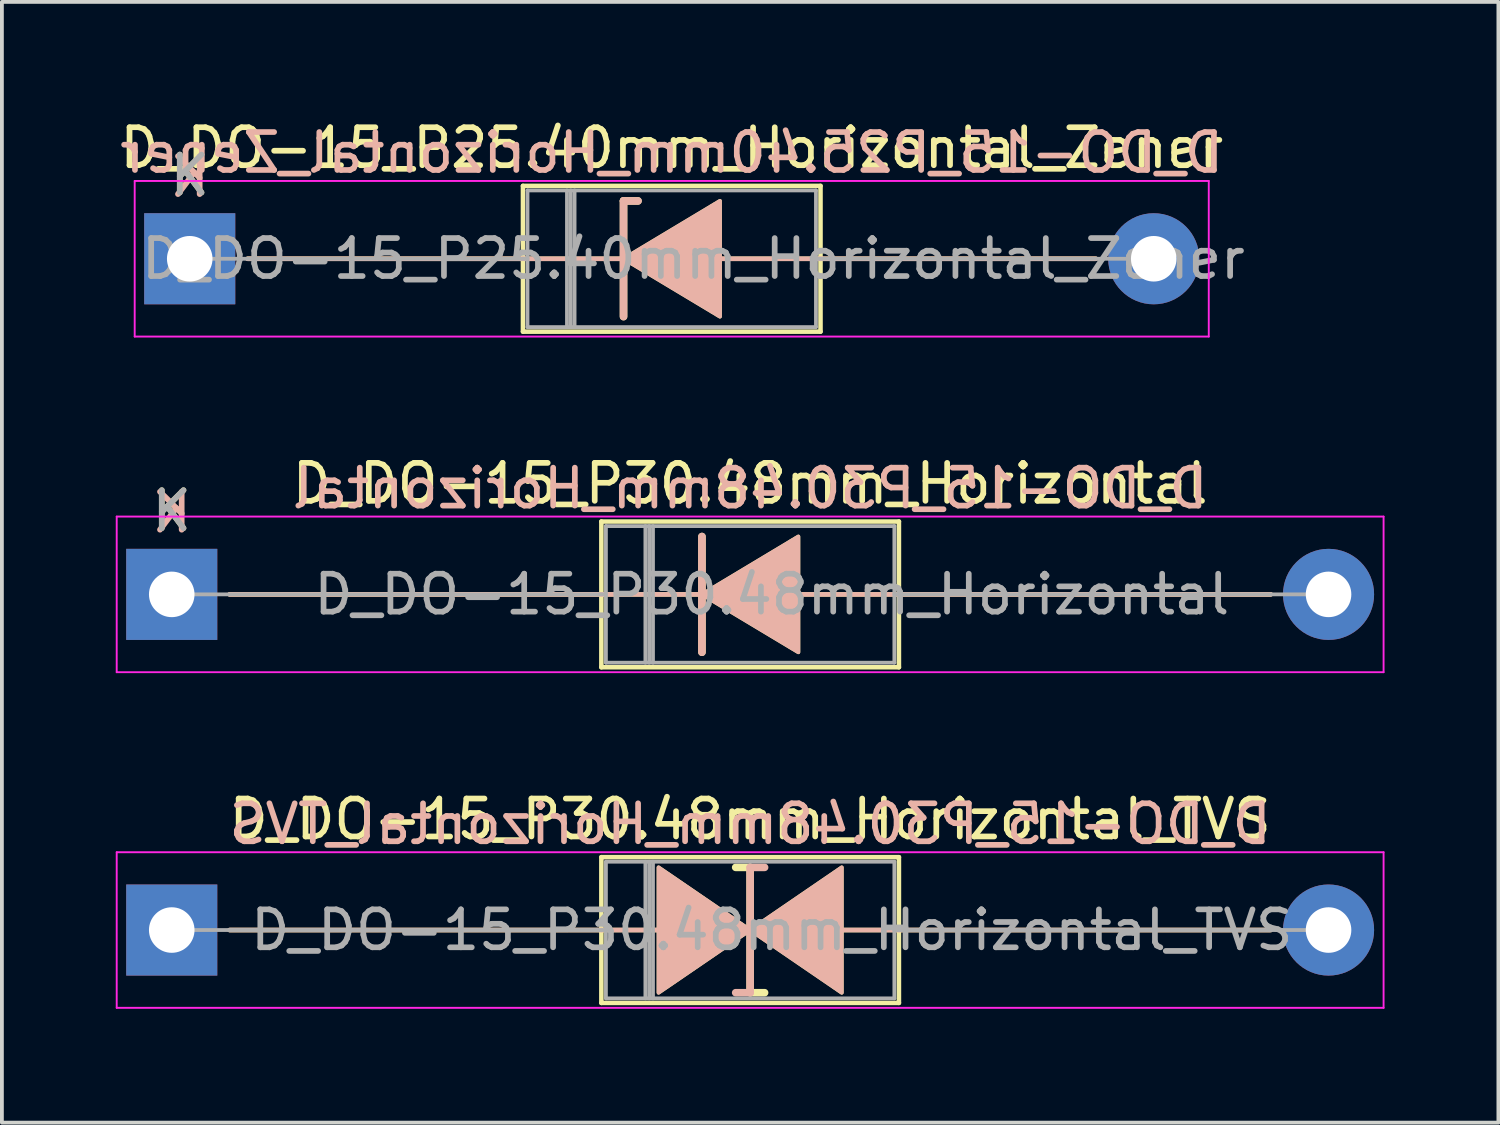
<source format=kicad_pcb>
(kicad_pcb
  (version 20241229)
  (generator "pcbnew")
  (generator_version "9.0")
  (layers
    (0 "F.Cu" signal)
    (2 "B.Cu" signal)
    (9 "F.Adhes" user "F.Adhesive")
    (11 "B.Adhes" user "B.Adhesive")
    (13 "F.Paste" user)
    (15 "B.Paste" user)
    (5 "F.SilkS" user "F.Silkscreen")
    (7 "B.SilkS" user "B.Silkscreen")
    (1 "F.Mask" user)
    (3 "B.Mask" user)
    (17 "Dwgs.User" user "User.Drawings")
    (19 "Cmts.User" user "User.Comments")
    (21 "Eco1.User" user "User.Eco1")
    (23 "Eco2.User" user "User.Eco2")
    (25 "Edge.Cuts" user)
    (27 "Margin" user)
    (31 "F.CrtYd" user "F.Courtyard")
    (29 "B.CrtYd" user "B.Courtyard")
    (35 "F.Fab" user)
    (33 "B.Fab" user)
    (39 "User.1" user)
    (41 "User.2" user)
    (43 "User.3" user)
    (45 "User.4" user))
  (footprint "D_DO-15_P30.48mm_Horizontal_TVS"
    (layer "F.Cu")
    (at 1.475 21.455)
    (property "Reference" "D_DO-15_P30.48mm_Horizontal_TVS" (at 15.24 -2.92 0) (layer "F.SilkS") (effects (font (size 1 1) (thickness 0.15))))
    (fp_line (start 1.524 0) (end 11.32 0) (stroke (width 0.12) (type solid)) (layer "F.SilkS"))
    (fp_line (start 11.32 -1.92) (end 11.32 1.92) (stroke (width 0.12) (type solid)) (layer "F.SilkS"))
    (fp_line (start 11.32 0) (end 12.827 0) (stroke (width 0.12) (type solid)) (layer "F.SilkS"))
    (fp_line (start 11.32 1.92) (end 19.16 1.92) (stroke (width 0.12) (type solid)) (layer "F.SilkS"))
    (fp_line (start 15.24 -1.651) (end 14.859 -1.651) (stroke (width 0.2) (type solid)) (layer "F.SilkS"))
    (fp_line (start 15.24 1.651) (end 15.24 -1.651) (stroke (width 0.2) (type solid)) (layer "F.SilkS"))
    (fp_line (start 15.621 1.651) (end 15.24 1.651) (stroke (width 0.2) (type solid)) (layer "F.SilkS"))
    (fp_line (start 19.16 -1.92) (end 11.32 -1.92) (stroke (width 0.12) (type solid)) (layer "F.SilkS"))
    (fp_line (start 19.16 1.92) (end 19.16 -1.92) (stroke (width 0.12) (type solid)) (layer "F.SilkS"))
    (fp_line (start 19.177 0) (end 17.653 0) (stroke (width 0.12) (type solid)) (layer "F.SilkS"))
    (fp_line (start 28.956 0) (end 19.16 0) (stroke (width 0.12) (type solid)) (layer "F.SilkS"))
    (fp_poly (pts (xy 15.24 0) (xy 12.827 1.651) (xy 12.827 -1.651)) (stroke (width 0.1) (type solid)) (fill yes) (layer "F.SilkS"))
    (fp_poly (pts (xy 15.24 0) (xy 17.653 -1.651) (xy 17.653 1.651)) (stroke (width 0.1) (type solid)) (fill yes) (layer "F.SilkS"))
    (fp_line (start 1.524 0) (end 11.32 0) (stroke (width 0.12) (type solid)) (layer "B.SilkS"))
    (fp_line (start 11.32 0) (end 12.827 0) (stroke (width 0.12) (type solid)) (layer "B.SilkS"))
    (fp_line (start 15.24 -1.651) (end 15.24 1.651) (stroke (width 0.2) (type solid)) (layer "B.SilkS"))
    (fp_line (start 15.24 1.651) (end 14.859 1.651) (stroke (width 0.2) (type solid)) (layer "B.SilkS"))
    (fp_line (start 15.621 -1.651) (end 15.24 -1.651) (stroke (width 0.2) (type solid)) (layer "B.SilkS"))
    (fp_line (start 19.177 0) (end 17.653 0) (stroke (width 0.12) (type solid)) (layer "B.SilkS"))
    (fp_line (start 28.956 0) (end 19.16 0) (stroke (width 0.12) (type solid)) (layer "B.SilkS"))
    (fp_poly (pts (xy 15.24 0) (xy 12.827 -1.651) (xy 12.827 1.651)) (stroke (width 0.1) (type solid)) (fill yes) (layer "B.SilkS"))
    (fp_poly (pts (xy 15.24 0) (xy 17.653 1.651) (xy 17.653 -1.651)) (stroke (width 0.1) (type solid)) (fill yes) (layer "B.SilkS"))
    (fp_line (start -1.45 -2.05) (end -1.45 2.05) (stroke (width 0.05) (type solid)) (layer "F.CrtYd"))
    (fp_line (start -1.45 2.05) (end 31.93 2.05) (stroke (width 0.05) (type solid)) (layer "F.CrtYd"))
    (fp_line (start 31.93 -2.05) (end -1.45 -2.05) (stroke (width 0.05) (type solid)) (layer "F.CrtYd"))
    (fp_line (start 31.93 2.05) (end 31.93 -2.05) (stroke (width 0.05) (type solid)) (layer "F.CrtYd"))
    (fp_line (start 0 0) (end 11.44 0) (stroke (width 0.1) (type solid)) (layer "F.Fab"))
    (fp_line (start 11.44 -1.8) (end 11.44 1.8) (stroke (width 0.1) (type solid)) (layer "F.Fab"))
    (fp_line (start 11.44 1.8) (end 19.04 1.8) (stroke (width 0.1) (type solid)) (layer "F.Fab"))
    (fp_line (start 12.48 -1.8) (end 12.48 1.8) (stroke (width 0.1) (type solid)) (layer "F.Fab"))
    (fp_line (start 12.58 -1.8) (end 12.58 1.8) (stroke (width 0.1) (type solid)) (layer "F.Fab"))
    (fp_line (start 12.68 -1.8) (end 12.68 1.8) (stroke (width 0.1) (type solid)) (layer "F.Fab"))
    (fp_line (start 19.04 -1.8) (end 11.44 -1.8) (stroke (width 0.1) (type solid)) (layer "F.Fab"))
    (fp_line (start 19.04 1.8) (end 19.04 -1.8) (stroke (width 0.1) (type solid)) (layer "F.Fab"))
    (fp_line (start 30.48 0) (end 19.04 0) (stroke (width 0.1) (type solid)) (layer "F.Fab"))
    (fp_text user "${REFERENCE}" (at 15.24 -2.794 0) (layer "B.SilkS") (effects (font (size 1 1) (thickness 0.15)) (justify mirror)))
    (fp_text user "${REFERENCE}" (at 15.81 0 0) (layer "F.Fab") (effects (font (size 1 1) (thickness 0.15))))
    (pad "1" thru_hole rect (at 0 0) (size 2.4 2.4) (drill 1.2) (layers "*.Cu" "*.Mask"))
    (pad "2" thru_hole oval (at 30.48 0) (size 2.4 2.4) (drill 1.2) (layers "*.Cu" "*.Mask")))
  (footprint "D_DO-15_P30.48mm_Horizontal"
    (layer "F.Cu")
    (at 1.475 12.611)
    (property "Reference" "D_DO-15_P30.48mm_Horizontal" (at 15.24 -2.92 0) (layer "F.SilkS") (effects (font (size 1 1) (thickness 0.15))))
    (fp_line (start 1.524 0) (end 11.32 0) (stroke (width 0.12) (type solid)) (layer "F.SilkS"))
    (fp_line (start 11.32 -1.92) (end 11.32 1.92) (stroke (width 0.12) (type solid)) (layer "F.SilkS"))
    (fp_line (start 11.32 1.92) (end 19.16 1.92) (stroke (width 0.12) (type solid)) (layer "F.SilkS"))
    (fp_line (start 13.97 -1.524) (end 13.97 1.524) (stroke (width 0.2) (type solid)) (layer "F.SilkS"))
    (fp_line (start 13.97 0) (end 11.32 0) (stroke (width 0.12) (type solid)) (layer "F.SilkS"))
    (fp_line (start 19.16 -1.92) (end 11.32 -1.92) (stroke (width 0.12) (type solid)) (layer "F.SilkS"))
    (fp_line (start 19.16 0) (end 16.51 0) (stroke (width 0.12) (type solid)) (layer "F.SilkS"))
    (fp_line (start 19.16 1.92) (end 19.16 -1.92) (stroke (width 0.12) (type solid)) (layer "F.SilkS"))
    (fp_line (start 28.956 0) (end 19.16 0) (stroke (width 0.12) (type solid)) (layer "F.SilkS"))
    (fp_poly (pts (xy 16.51 1.524) (xy 13.97 0) (xy 16.51 -1.524)) (stroke (width 0.1) (type solid)) (fill yes) (layer "F.SilkS"))
    (fp_line (start 1.524 0) (end 11.32 0) (stroke (width 0.12) (type solid)) (layer "B.SilkS"))
    (fp_line (start 13.97 0) (end 11.32 0) (stroke (width 0.12) (type solid)) (layer "B.SilkS"))
    (fp_line (start 13.97 1.524) (end 13.97 -1.524) (stroke (width 0.2) (type solid)) (layer "B.SilkS"))
    (fp_line (start 19.16 0) (end 16.51 0) (stroke (width 0.12) (type solid)) (layer "B.SilkS"))
    (fp_line (start 28.956 0) (end 19.16 0) (stroke (width 0.12) (type solid)) (layer "B.SilkS"))
    (fp_poly (pts (xy 16.51 -1.524) (xy 13.97 0) (xy 16.51 1.524)) (stroke (width 0.1) (type solid)) (fill yes) (layer "B.SilkS"))
    (fp_line (start -1.45 -2.05) (end -1.45 2.05) (stroke (width 0.05) (type solid)) (layer "F.CrtYd"))
    (fp_line (start -1.45 2.05) (end 31.93 2.05) (stroke (width 0.05) (type solid)) (layer "F.CrtYd"))
    (fp_line (start 31.93 -2.05) (end -1.45 -2.05) (stroke (width 0.05) (type solid)) (layer "F.CrtYd"))
    (fp_line (start 31.93 2.05) (end 31.93 -2.05) (stroke (width 0.05) (type solid)) (layer "F.CrtYd"))
    (fp_line (start 0 0) (end 11.44 0) (stroke (width 0.1) (type solid)) (layer "F.Fab"))
    (fp_line (start 11.44 -1.8) (end 11.44 1.8) (stroke (width 0.1) (type solid)) (layer "F.Fab"))
    (fp_line (start 11.44 1.8) (end 19.04 1.8) (stroke (width 0.1) (type solid)) (layer "F.Fab"))
    (fp_line (start 12.48 -1.8) (end 12.48 1.8) (stroke (width 0.1) (type solid)) (layer "F.Fab"))
    (fp_line (start 12.58 -1.8) (end 12.58 1.8) (stroke (width 0.1) (type solid)) (layer "F.Fab"))
    (fp_line (start 12.68 -1.8) (end 12.68 1.8) (stroke (width 0.1) (type solid)) (layer "F.Fab"))
    (fp_line (start 19.04 -1.8) (end 11.44 -1.8) (stroke (width 0.1) (type solid)) (layer "F.Fab"))
    (fp_line (start 19.04 1.8) (end 19.04 -1.8) (stroke (width 0.1) (type solid)) (layer "F.Fab"))
    (fp_line (start 30.48 0) (end 19.04 0) (stroke (width 0.1) (type solid)) (layer "F.Fab"))
    (fp_text user "K" (at 0 -2.2 0) (layer "F.SilkS") (effects (font (size 1 1) (thickness 0.15))))
    (fp_text user "K" (at 0 -2.159 0) (layer "B.SilkS") (effects (font (size 1 1) (thickness 0.15)) (justify mirror)))
    (fp_text user "${REFERENCE}" (at 15.24 -2.794 0) (layer "B.SilkS") (effects (font (size 1 1) (thickness 0.15)) (justify mirror)))
    (fp_text user "K" (at 0 -2.2 0) (layer "F.Fab") (effects (font (size 1 1) (thickness 0.15))))
    (fp_text user "${REFERENCE}" (at 15.81 0 0) (layer "F.Fab") (effects (font (size 1 1) (thickness 0.15))))
    (pad "1" thru_hole rect (at 0 0) (size 2.4 2.4) (drill 1.2) (layers "*.Cu" "*.Mask"))
    (pad "2" thru_hole oval (at 30.48 0) (size 2.4 2.4) (drill 1.2) (layers "*.Cu" "*.Mask")))
  (footprint "D_DO-15_P25.40mm_Horizontal_Zener"
    (layer "F.Cu")
    (at 1.949 3.768)
    (property "Reference" "D_DO-15_P25.40mm_Horizontal_Zener" (at 12.7 -2.92 0) (layer "F.SilkS") (effects (font (size 1 1) (thickness 0.15))))
    (fp_line (start 1.524 0) (end 8.78 0) (stroke (width 0.12) (type solid)) (layer "F.SilkS"))
    (fp_line (start 8.78 -1.92) (end 8.78 1.92) (stroke (width 0.12) (type solid)) (layer "F.SilkS"))
    (fp_line (start 8.78 1.92) (end 16.62 1.92) (stroke (width 0.12) (type solid)) (layer "F.SilkS"))
    (fp_line (start 11.43 -1.524) (end 11.43 1.524) (stroke (width 0.2) (type solid)) (layer "F.SilkS"))
    (fp_line (start 11.43 -1.524) (end 11.811 -1.524) (stroke (width 0.2) (type solid)) (layer "F.SilkS"))
    (fp_line (start 11.43 0) (end 8.78 0) (stroke (width 0.12) (type solid)) (layer "F.SilkS"))
    (fp_line (start 16.62 -1.92) (end 8.78 -1.92) (stroke (width 0.12) (type solid)) (layer "F.SilkS"))
    (fp_line (start 16.62 0) (end 13.97 0) (stroke (width 0.12) (type solid)) (layer "F.SilkS"))
    (fp_line (start 16.62 1.92) (end 16.62 -1.92) (stroke (width 0.12) (type solid)) (layer "F.SilkS"))
    (fp_line (start 23.876 0) (end 16.62 0) (stroke (width 0.12) (type solid)) (layer "F.SilkS"))
    (fp_poly (pts (xy 13.97 1.524) (xy 11.43 0) (xy 13.97 -1.524)) (stroke (width 0.1) (type solid)) (fill yes) (layer "F.SilkS"))
    (fp_line (start 1.524 0) (end 8.78 0) (stroke (width 0.12) (type solid)) (layer "B.SilkS"))
    (fp_line (start 11.43 -1.524) (end 11.811 -1.524) (stroke (width 0.2) (type solid)) (layer "B.SilkS"))
    (fp_line (start 11.43 0) (end 8.78 0) (stroke (width 0.12) (type solid)) (layer "B.SilkS"))
    (fp_line (start 11.43 1.524) (end 11.43 -1.524) (stroke (width 0.2) (type solid)) (layer "B.SilkS"))
    (fp_line (start 16.62 0) (end 13.97 0) (stroke (width 0.12) (type solid)) (layer "B.SilkS"))
    (fp_line (start 23.876 0) (end 16.62 0) (stroke (width 0.12) (type solid)) (layer "B.SilkS"))
    (fp_poly (pts (xy 13.97 -1.524) (xy 11.43 0) (xy 13.97 1.524)) (stroke (width 0.1) (type solid)) (fill yes) (layer "B.SilkS"))
    (fp_line (start -1.45 -2.05) (end -1.45 2.05) (stroke (width 0.05) (type solid)) (layer "F.CrtYd"))
    (fp_line (start -1.45 2.05) (end 26.85 2.05) (stroke (width 0.05) (type solid)) (layer "F.CrtYd"))
    (fp_line (start 26.85 -2.05) (end -1.45 -2.05) (stroke (width 0.05) (type solid)) (layer "F.CrtYd"))
    (fp_line (start 26.85 2.05) (end 26.85 -2.05) (stroke (width 0.05) (type solid)) (layer "F.CrtYd"))
    (fp_line (start 0 0) (end 8.9 0) (stroke (width 0.1) (type solid)) (layer "F.Fab"))
    (fp_line (start 8.9 -1.8) (end 8.9 1.8) (stroke (width 0.1) (type solid)) (layer "F.Fab"))
    (fp_line (start 8.9 1.8) (end 16.5 1.8) (stroke (width 0.1) (type solid)) (layer "F.Fab"))
    (fp_line (start 9.94 -1.8) (end 9.94 1.8) (stroke (width 0.1) (type solid)) (layer "F.Fab"))
    (fp_line (start 10.04 -1.8) (end 10.04 1.8) (stroke (width 0.1) (type solid)) (layer "F.Fab"))
    (fp_line (start 10.14 -1.8) (end 10.14 1.8) (stroke (width 0.1) (type solid)) (layer "F.Fab"))
    (fp_line (start 16.5 -1.8) (end 8.9 -1.8) (stroke (width 0.1) (type solid)) (layer "F.Fab"))
    (fp_line (start 16.5 1.8) (end 16.5 -1.8) (stroke (width 0.1) (type solid)) (layer "F.Fab"))
    (fp_line (start 25.4 0) (end 16.5 0) (stroke (width 0.1) (type solid)) (layer "F.Fab"))
    (fp_text user "K" (at 0 -2.2 0) (layer "F.SilkS") (effects (font (size 1 1) (thickness 0.15))))
    (fp_text user "K" (at 0 -2.159 0) (layer "B.SilkS") (effects (font (size 1 1) (thickness 0.15)) (justify mirror)))
    (fp_text user "${REFERENCE}" (at 12.7 -2.794 0) (layer "B.SilkS") (effects (font (size 1 1) (thickness 0.15)) (justify mirror)))
    (fp_text user "${REFERENCE}" (at 13.27 0 0) (layer "F.Fab") (effects (font (size 1 1) (thickness 0.15))))
    (fp_text user "K" (at 0 -2.2 0) (layer "F.Fab") (effects (font (size 1 1) (thickness 0.15))))
    (pad "1" thru_hole rect (at 0 0) (size 2.4 2.4) (drill 1.2) (layers "*.Cu" "*.Mask"))
    (pad "2" thru_hole oval (at 25.4 0) (size 2.4 2.4) (drill 1.2) (layers "*.Cu" "*.Mask")))
  (gr_rect
    (start -3 -3)
    (end 36.43 26.53)
    (stroke (width 0.1) (type default))
    (fill no)
    (layer "Edge.Cuts")))
</source>
